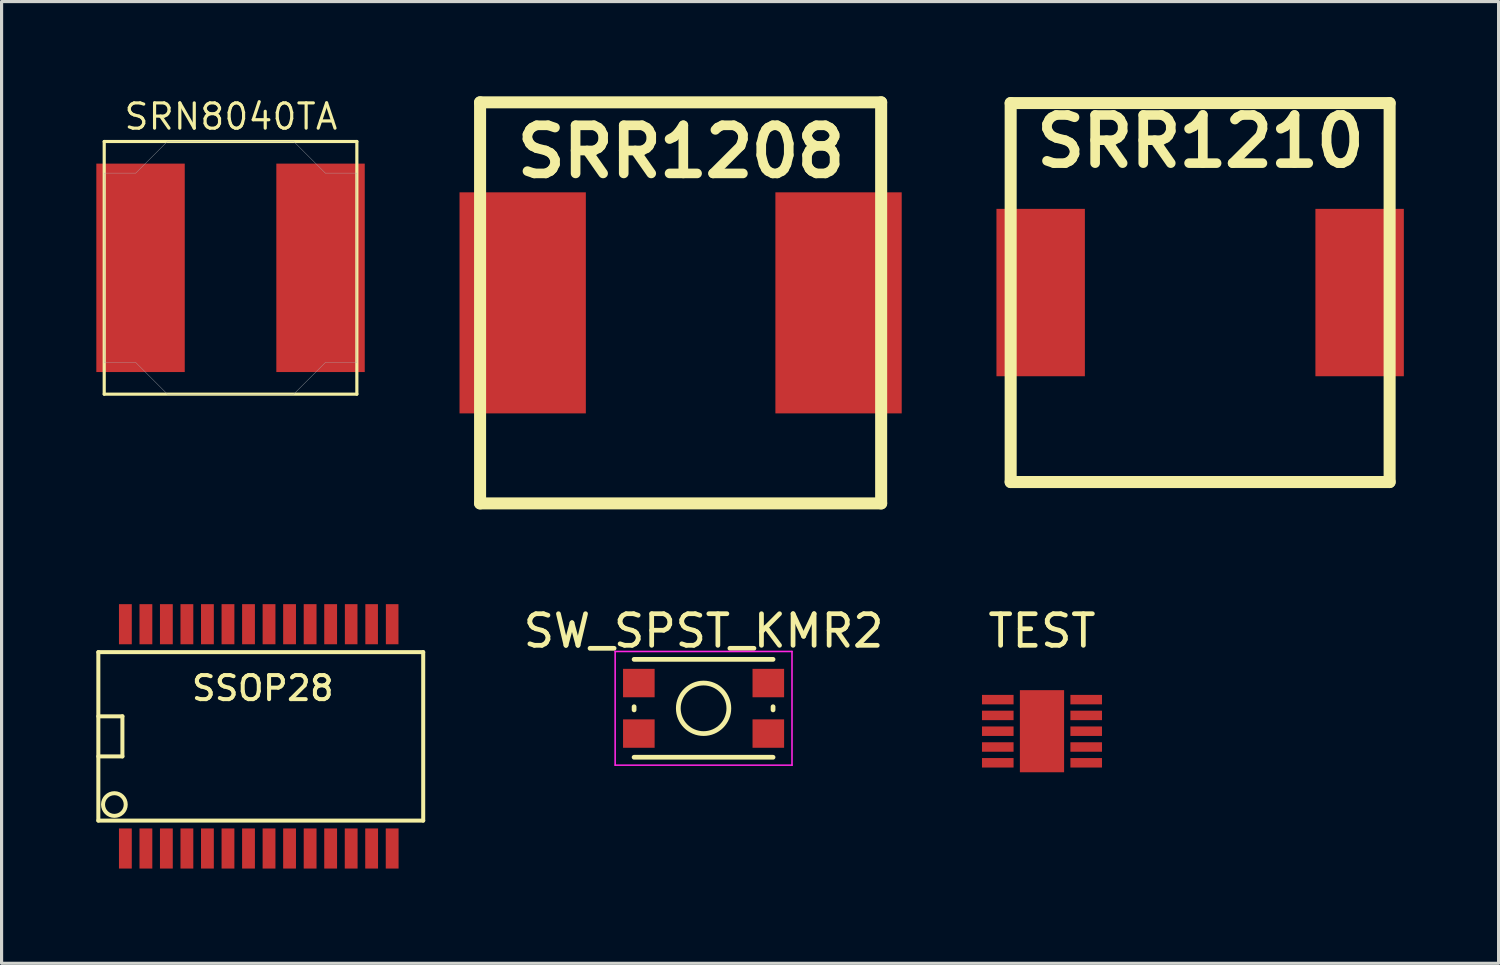
<source format=kicad_pcb>
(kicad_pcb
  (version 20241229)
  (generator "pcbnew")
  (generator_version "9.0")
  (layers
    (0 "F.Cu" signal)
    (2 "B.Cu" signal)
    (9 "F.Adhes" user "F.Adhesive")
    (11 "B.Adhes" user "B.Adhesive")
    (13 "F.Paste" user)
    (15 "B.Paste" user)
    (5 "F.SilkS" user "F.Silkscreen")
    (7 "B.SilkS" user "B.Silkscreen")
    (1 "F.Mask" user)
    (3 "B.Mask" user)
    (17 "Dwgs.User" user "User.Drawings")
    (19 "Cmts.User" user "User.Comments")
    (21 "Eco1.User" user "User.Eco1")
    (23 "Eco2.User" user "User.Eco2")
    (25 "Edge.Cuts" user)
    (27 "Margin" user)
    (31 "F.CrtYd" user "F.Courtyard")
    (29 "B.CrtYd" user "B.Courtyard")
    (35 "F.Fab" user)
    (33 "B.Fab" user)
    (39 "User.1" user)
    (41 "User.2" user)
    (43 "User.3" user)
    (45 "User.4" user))
  (footprint "SSOP28"
    (layer "F.Cu")
    (at 5.144 20.267)
    (property "Reference" "SSOP28" (at 0.127 -1.524 0) (layer "F.SilkS") (effects (font (size 0.762 0.762) (thickness 0.127))))
    (attr smd)
    (fp_line (start -5.08 -2.667) (end -5.08 2.667) (stroke (width 0.127) (type solid)) (layer "F.SilkS"))
    (fp_line (start -5.08 -2.667) (end 5.207 -2.667) (stroke (width 0.127) (type solid)) (layer "F.SilkS"))
    (fp_line (start -5.08 -0.635) (end -4.318 -0.635) (stroke (width 0.127) (type solid)) (layer "F.SilkS"))
    (fp_line (start -4.318 -0.635) (end -4.318 0.635) (stroke (width 0.127) (type solid)) (layer "F.SilkS"))
    (fp_line (start -4.318 0.635) (end -5.08 0.635) (stroke (width 0.127) (type solid)) (layer "F.SilkS"))
    (fp_line (start 5.207 -2.667) (end 5.207 2.667) (stroke (width 0.127) (type solid)) (layer "F.SilkS"))
    (fp_line (start 5.207 2.667) (end -5.08 2.667) (stroke (width 0.127) (type solid)) (layer "F.SilkS"))
    (fp_circle (center -4.572 2.159) (end -4.826 1.905) (stroke (width 0.127) (type solid)) (fill no) (layer "F.SilkS"))
    (pad "1" smd rect (at -4.224 3.551) (size 0.406 1.27) (layers "F.Cu" "F.Mask" "F.Paste"))
    (pad "2" smd rect (at -3.574 3.551) (size 0.406 1.27) (layers "F.Cu" "F.Mask" "F.Paste"))
    (pad "3" smd rect (at -2.926 3.551) (size 0.406 1.27) (layers "F.Cu" "F.Mask" "F.Paste"))
    (pad "4" smd rect (at -2.276 3.551) (size 0.406 1.27) (layers "F.Cu" "F.Mask" "F.Paste"))
    (pad "5" smd rect (at -1.626 3.551) (size 0.406 1.27) (layers "F.Cu" "F.Mask" "F.Paste"))
    (pad "6" smd rect (at -0.975 3.551) (size 0.406 1.27) (layers "F.Cu" "F.Mask" "F.Paste"))
    (pad "7" smd rect (at -0.325 3.551) (size 0.406 1.27) (layers "F.Cu" "F.Mask" "F.Paste"))
    (pad "8" smd rect (at 0.325 3.551) (size 0.406 1.27) (layers "F.Cu" "F.Mask" "F.Paste"))
    (pad "9" smd rect (at 0.975 3.551) (size 0.406 1.27) (layers "F.Cu" "F.Mask" "F.Paste"))
    (pad "10" smd rect (at 1.626 3.551) (size 0.406 1.27) (layers "F.Cu" "F.Mask" "F.Paste"))
    (pad "11" smd rect (at 2.276 3.551) (size 0.406 1.27) (layers "F.Cu" "F.Mask" "F.Paste"))
    (pad "12" smd rect (at 2.926 3.551) (size 0.406 1.27) (layers "F.Cu" "F.Mask" "F.Paste"))
    (pad "13" smd rect (at 3.574 3.551) (size 0.406 1.27) (layers "F.Cu" "F.Mask" "F.Paste"))
    (pad "14" smd rect (at 4.224 3.551) (size 0.406 1.27) (layers "F.Cu" "F.Mask" "F.Paste"))
    (pad "15" smd rect (at 4.224 -3.551) (size 0.399 1.27) (layers "F.Cu" "F.Mask" "F.Paste"))
    (pad "16" smd rect (at 3.574 -3.551) (size 0.399 1.27) (layers "F.Cu" "F.Mask" "F.Paste"))
    (pad "17" smd rect (at 2.926 -3.551) (size 0.399 1.27) (layers "F.Cu" "F.Mask" "F.Paste"))
    (pad "18" smd rect (at 2.276 -3.551) (size 0.406 1.27) (layers "F.Cu" "F.Mask" "F.Paste"))
    (pad "19" smd rect (at 1.626 -3.551) (size 0.406 1.27) (layers "F.Cu" "F.Mask" "F.Paste"))
    (pad "20" smd rect (at 0.975 -3.551) (size 0.406 1.27) (layers "F.Cu" "F.Mask" "F.Paste"))
    (pad "21" smd rect (at 0.325 -3.551) (size 0.406 1.27) (layers "F.Cu" "F.Mask" "F.Paste"))
    (pad "22" smd rect (at -0.325 -3.551) (size 0.406 1.27) (layers "F.Cu" "F.Mask" "F.Paste"))
    (pad "23" smd rect (at -0.975 -3.551) (size 0.406 1.27) (layers "F.Cu" "F.Mask" "F.Paste"))
    (pad "24" smd rect (at -1.626 -3.551) (size 0.406 1.27) (layers "F.Cu" "F.Mask" "F.Paste"))
    (pad "25" smd rect (at -2.276 -3.551) (size 0.406 1.27) (layers "F.Cu" "F.Mask" "F.Paste"))
    (pad "26" smd rect (at -2.926 -3.551) (size 0.406 1.27) (layers "F.Cu" "F.Mask" "F.Paste"))
    (pad "27" smd rect (at -3.574 -3.551) (size 0.406 1.27) (layers "F.Cu" "F.Mask" "F.Paste"))
    (pad "28" smd rect (at -4.224 -3.551) (size 0.406 1.27) (layers "F.Cu" "F.Mask" "F.Paste")))
  (footprint "SW_SPST_KMR2"
    (layer "F.Cu")
    (at 19.229 19.379)
    (property "Reference" "SW_SPST_KMR2" (at 0 -2.45 0) (layer "F.SilkS") (effects (font (size 1 1) (thickness 0.15))))
    (attr smd)
    (fp_line (start -2.2 0.05) (end -2.2 -0.05) (stroke (width 0.15) (type solid)) (layer "F.SilkS"))
    (fp_line (start -2.2 1.55) (end 2.2 1.55) (stroke (width 0.15) (type solid)) (layer "F.SilkS"))
    (fp_line (start 2.2 -1.55) (end -2.2 -1.55) (stroke (width 0.15) (type solid)) (layer "F.SilkS"))
    (fp_line (start 2.2 0.05) (end 2.2 -0.05) (stroke (width 0.15) (type solid)) (layer "F.SilkS"))
    (fp_circle (center 0 0) (end 0 0.8) (stroke (width 0.15) (type solid)) (fill no) (layer "F.SilkS"))
    (fp_line (start -2.8 -1.8) (end 2.8 -1.8) (stroke (width 0.05) (type solid)) (layer "F.CrtYd"))
    (fp_line (start -2.8 1.8) (end -2.8 -1.8) (stroke (width 0.05) (type solid)) (layer "F.CrtYd"))
    (fp_line (start 2.8 -1.8) (end 2.8 1.8) (stroke (width 0.05) (type solid)) (layer "F.CrtYd"))
    (fp_line (start 2.8 1.8) (end -2.8 1.8) (stroke (width 0.05) (type solid)) (layer "F.CrtYd"))
    (pad "1" smd rect (at -2.05 -0.8 90) (size 0.9 1) (layers "F.Cu" "F.Mask" "F.Paste"))
    (pad "1" smd rect (at 2.05 -0.8 90) (size 0.9 1) (layers "F.Cu" "F.Mask" "F.Paste"))
    (pad "2" smd rect (at -2.05 0.8 90) (size 0.9 1) (layers "F.Cu" "F.Mask" "F.Paste"))
    (pad "2" smd rect (at 2.05 0.8 90) (size 0.9 1) (layers "F.Cu" "F.Mask" "F.Paste")))
  (footprint "TEST"
    (layer "F.Cu")
    (at 29.945 20.104)
    (property "Reference" "TEST" (at 0 -3.175 0) (layer "F.SilkS") (effects (font (size 1 1) (thickness 0.15))))
    (attr through_hole)
    (pad "" smd rect (at 0 0) (size 1.4 2.6) (layers "F.Cu" "F.Mask" "F.Paste"))
    (pad "1" smd rect (at -1.4 -1) (size 1 0.3) (layers "F.Cu" "F.Mask" "F.Paste"))
    (pad "2" smd rect (at -1.4 -0.5) (size 1 0.3) (layers "F.Cu" "F.Mask" "F.Paste"))
    (pad "3" smd rect (at -1.4 0) (size 1 0.3) (layers "F.Cu" "F.Mask" "F.Paste"))
    (pad "4" smd rect (at -1.4 0.5) (size 1 0.3) (layers "F.Cu" "F.Mask" "F.Paste"))
    (pad "5" smd rect (at -1.4 1) (size 1 0.3) (layers "F.Cu" "F.Mask" "F.Paste"))
    (pad "6" smd rect (at 1.4 1) (size 1 0.3) (layers "F.Cu" "F.Mask" "F.Paste"))
    (pad "7" smd rect (at 1.4 0.5) (size 1 0.3) (layers "F.Cu" "F.Mask" "F.Paste"))
    (pad "8" smd rect (at 1.4 0) (size 1 0.3) (layers "F.Cu" "F.Mask" "F.Paste"))
    (pad "9" smd rect (at 1.4 -0.5) (size 1 0.3) (layers "F.Cu" "F.Mask" "F.Paste"))
    (pad "10" smd rect (at 1.4 -1) (size 1 0.3) (layers "F.Cu" "F.Mask" "F.Paste")))
  (footprint "SRR1208"
    (layer "F.Cu")
    (at 18.502 6.54)
    (property "Reference" "SRR1208" (at 0.013 -4.788 0) (layer "F.SilkS") (effects (font (size 1.524 1.524) (thickness 0.305))))
    (attr through_hole)
    (fp_line (start -6.35 -6.35) (end -6.35 6.35) (stroke (width 0.381) (type solid)) (layer "F.SilkS"))
    (fp_line (start -6.35 -6.35) (end 6.35 -6.35) (stroke (width 0.381) (type solid)) (layer "F.SilkS"))
    (fp_line (start -6.35 6.35) (end 6.35 6.35) (stroke (width 0.381) (type solid)) (layer "F.SilkS"))
    (fp_line (start 6.35 -6.35) (end 6.35 6.35) (stroke (width 0.381) (type solid)) (layer "F.SilkS"))
    (pad "1" smd rect (at -5.001 0) (size 4 7) (layers "F.Cu" "F.Mask" "F.Paste"))
    (pad "2" smd rect (at 5.001 0) (size 4 7) (layers "F.Cu" "F.Mask" "F.Paste")))
  (footprint "SRN8040TA"
    (layer "F.Cu")
    (at 4.25 5.431)
    (property "Reference" "SRN8040TA" (at 0.013 -4.788 0) (layer "F.SilkS") (effects (font (size 0.8 0.8) (thickness 0.1))))
    (attr through_hole)
    (fp_line (start -4 -4) (end 4 -4) (stroke (width 0.1) (type solid)) (layer "F.SilkS"))
    (fp_line (start -4 4) (end -4 -4) (stroke (width 0.1) (type solid)) (layer "F.SilkS"))
    (fp_line (start 4 -4) (end 4 4) (stroke (width 0.1) (type solid)) (layer "F.SilkS"))
    (fp_line (start 4 4) (end -4 4) (stroke (width 0.1) (type solid)) (layer "F.SilkS"))
    (fp_line (start -4 -3) (end -3 -3) (stroke (width 0.01) (type solid)) (layer "F.Fab"))
    (fp_line (start -4 3) (end -4 -3) (stroke (width 0.01) (type solid)) (layer "F.Fab"))
    (fp_line (start -3 -3) (end -2 -4) (stroke (width 0.01) (type solid)) (layer "F.Fab"))
    (fp_line (start -3 3) (end -4 3) (stroke (width 0.01) (type solid)) (layer "F.Fab"))
    (fp_line (start -2 -4) (end 2 -4) (stroke (width 0.01) (type solid)) (layer "F.Fab"))
    (fp_line (start -2 4) (end -3 3) (stroke (width 0.01) (type solid)) (layer "F.Fab"))
    (fp_line (start 2 -4) (end 3 -3) (stroke (width 0.01) (type solid)) (layer "F.Fab"))
    (fp_line (start 2 4) (end -2 4) (stroke (width 0.01) (type solid)) (layer "F.Fab"))
    (fp_line (start 3 -3) (end 4 -3) (stroke (width 0.01) (type solid)) (layer "F.Fab"))
    (fp_line (start 3 3) (end 2 4) (stroke (width 0.01) (type solid)) (layer "F.Fab"))
    (fp_line (start 4 -3) (end 4 3) (stroke (width 0.01) (type solid)) (layer "F.Fab"))
    (fp_line (start 4 3) (end 3 3) (stroke (width 0.01) (type solid)) (layer "F.Fab"))
    (pad "1" smd rect (at -2.85 0) (size 2.8 6.6) (layers "F.Cu" "F.Mask" "F.Paste"))
    (pad "2" smd rect (at 2.85 0) (size 2.8 6.6) (layers "F.Cu" "F.Mask" "F.Paste")))
  (footprint "SRR1210"
    (layer "F.Cu")
    (at 34.953 6.214)
    (property "Reference" "SRR1210" (at 0.013 -4.788 0) (layer "F.SilkS") (effects (font (size 1.524 1.524) (thickness 0.305))))
    (attr through_hole)
    (fp_line (start -6 -6) (end -6 6) (stroke (width 0.381) (type solid)) (layer "F.SilkS"))
    (fp_line (start -6 -6) (end 6 -6) (stroke (width 0.381) (type solid)) (layer "F.SilkS"))
    (fp_line (start -6 6) (end 6 6) (stroke (width 0.381) (type solid)) (layer "F.SilkS"))
    (fp_line (start 6 -6) (end 6 6) (stroke (width 0.381) (type solid)) (layer "F.SilkS"))
    (pad "1" smd rect (at -5.05 0) (size 2.8 5.3) (layers "F.Cu" "F.Mask" "F.Paste"))
    (pad "2" smd rect (at 5.05 0) (size 2.8 5.3) (layers "F.Cu" "F.Mask" "F.Paste")))
  (gr_rect
    (start -3 -3)
    (end 44.403 27.453)
    (stroke (width 0.1) (type default))
    (fill no)
    (layer "Edge.Cuts")))
</source>
